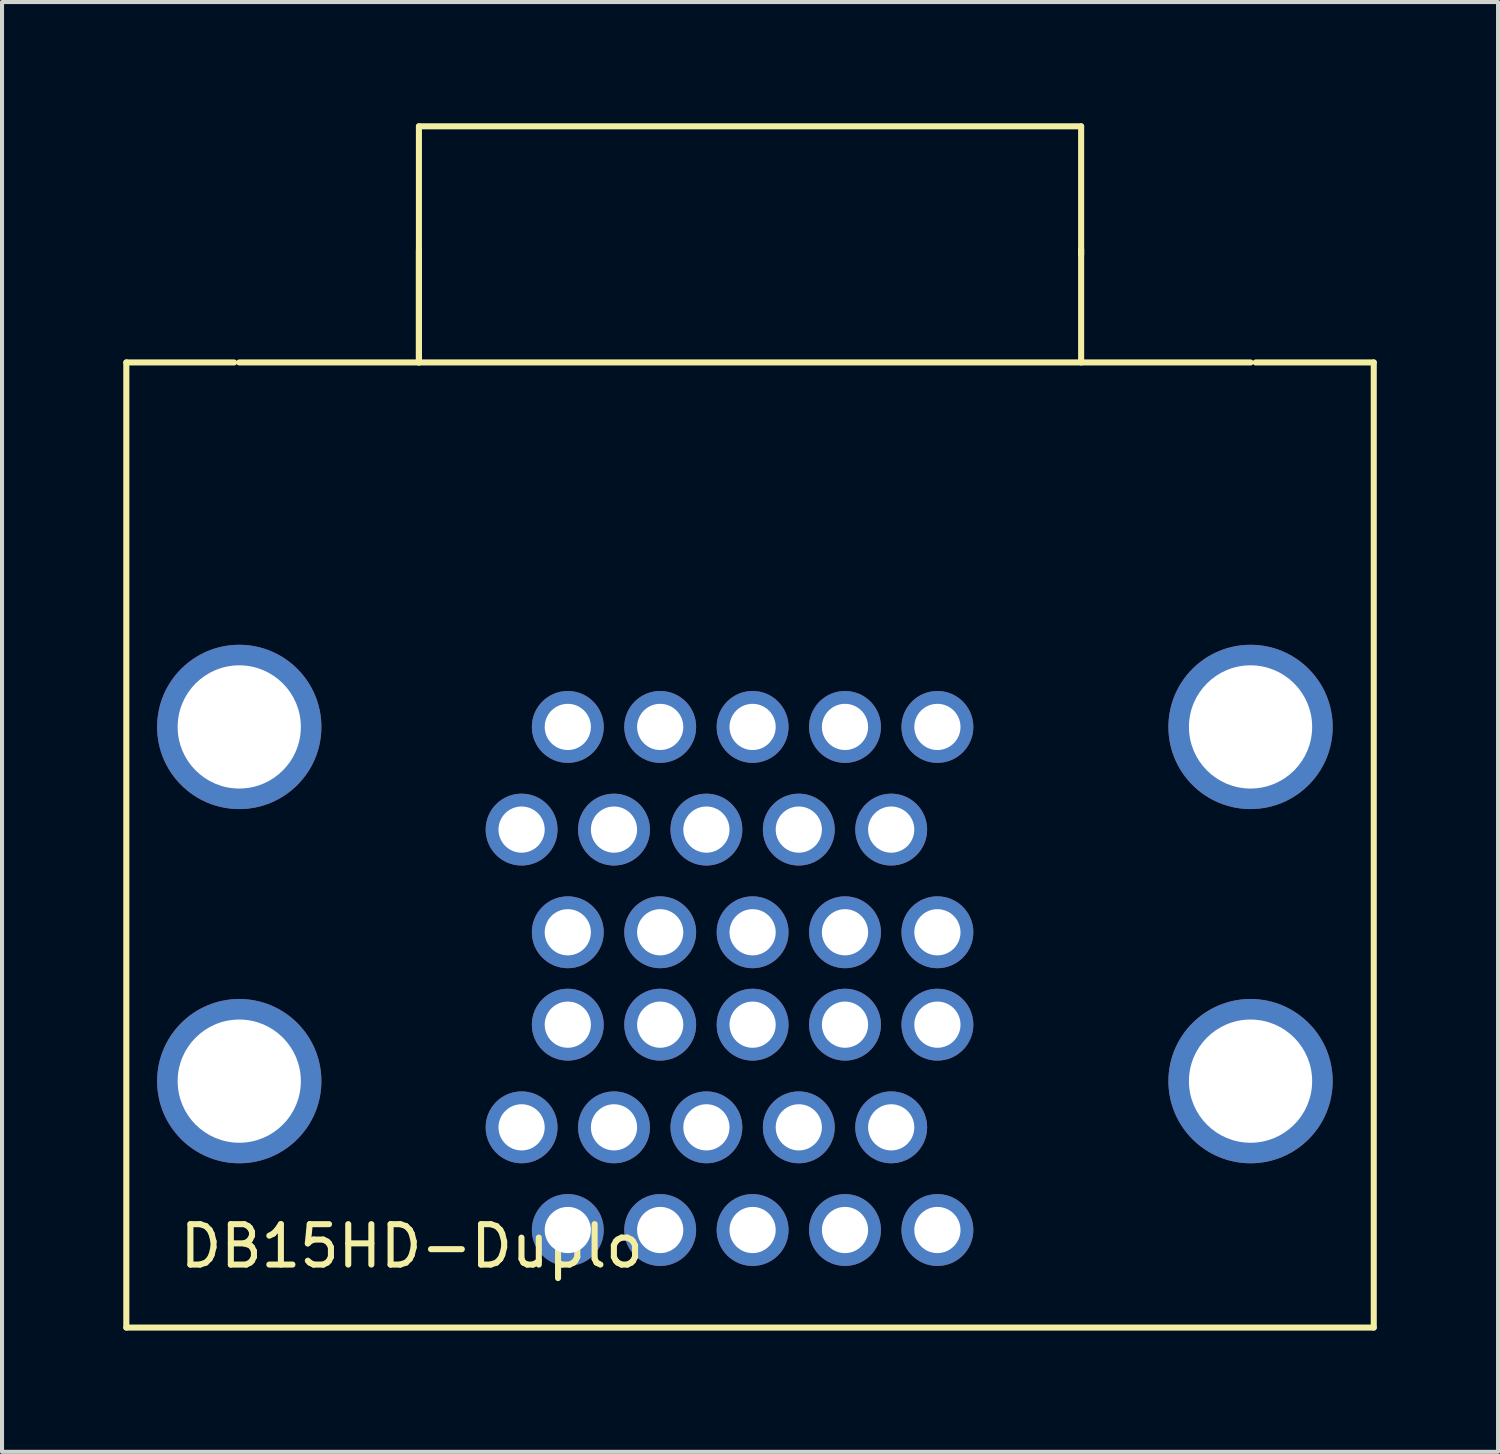
<source format=kicad_pcb>
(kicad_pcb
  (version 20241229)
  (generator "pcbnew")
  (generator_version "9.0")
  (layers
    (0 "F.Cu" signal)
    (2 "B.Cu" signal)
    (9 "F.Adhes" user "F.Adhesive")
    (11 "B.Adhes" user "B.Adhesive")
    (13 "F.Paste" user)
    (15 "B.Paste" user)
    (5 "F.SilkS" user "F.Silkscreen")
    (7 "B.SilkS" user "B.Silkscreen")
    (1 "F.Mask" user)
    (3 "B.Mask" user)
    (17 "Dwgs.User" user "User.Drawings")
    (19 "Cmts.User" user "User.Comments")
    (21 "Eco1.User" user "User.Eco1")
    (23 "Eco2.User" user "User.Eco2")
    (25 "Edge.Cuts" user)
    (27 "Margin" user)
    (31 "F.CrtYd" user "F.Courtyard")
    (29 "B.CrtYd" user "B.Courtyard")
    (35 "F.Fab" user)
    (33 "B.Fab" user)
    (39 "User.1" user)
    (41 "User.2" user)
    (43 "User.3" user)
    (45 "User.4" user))
  (footprint "DB15HD-Duplo"
    (layer "F.Cu")
    (at 10.997 27.38)
    (property "Reference" "DB15HD-Duplo" (at -3.86 0.4 0) (layer "F.SilkS") (effects (font (size 1 1) (thickness 0.15))))
    (attr through_hole)
    (fp_line (start -10.922 -21.463) (end -8.255 -21.463) (stroke (width 0.15) (type solid)) (layer "F.SilkS"))
    (fp_line (start -10.922 2.413) (end -10.922 -21.463) (stroke (width 0.15) (type solid)) (layer "F.SilkS"))
    (fp_line (start -8.128 -21.463) (end 16.891 -21.463) (stroke (width 0.15) (type solid)) (layer "F.SilkS"))
    (fp_line (start -3.683 -27.305) (end 12.7 -27.305) (stroke (width 0.15) (type solid)) (layer "F.SilkS"))
    (fp_line (start -3.683 -21.463) (end -3.683 -27.305) (stroke (width 0.15) (type solid)) (layer "F.SilkS"))
    (fp_line (start -3.683 -21.463) (end -3.683 -24.257) (stroke (width 0.15) (type solid)) (layer "F.SilkS"))
    (fp_line (start 12.7 -27.305) (end 12.7 -24.13) (stroke (width 0.15) (type solid)) (layer "F.SilkS"))
    (fp_line (start 12.7 -21.463) (end 12.7 -24.257) (stroke (width 0.15) (type solid)) (layer "F.SilkS"))
    (fp_line (start 17.018 -21.463) (end 19.939 -21.463) (stroke (width 0.15) (type solid)) (layer "F.SilkS"))
    (fp_line (start 19.939 -21.463) (end 19.939 2.413) (stroke (width 0.15) (type solid)) (layer "F.SilkS"))
    (fp_line (start 19.939 2.413) (end -10.922 2.413) (stroke (width 0.15) (type solid)) (layer "F.SilkS"))
    (pad "1" thru_hole circle (at 0 0) (size 1.778 1.778) (drill 1.143) (layers "*.Cu" "*.Mask"))
    (pad "2" thru_hole circle (at 2.286 0) (size 1.778 1.778) (drill 1.143) (layers "*.Cu" "*.Mask"))
    (pad "3" thru_hole circle (at 4.572 0) (size 1.778 1.778) (drill 1.143) (layers "*.Cu" "*.Mask"))
    (pad "4" thru_hole circle (at 6.858 0) (size 1.778 1.778) (drill 1.143) (layers "*.Cu" "*.Mask"))
    (pad "5" thru_hole circle (at 9.144 0) (size 1.778 1.778) (drill 1.143) (layers "*.Cu" "*.Mask"))
    (pad "6" thru_hole circle (at -1.143 -2.54) (size 1.778 1.778) (drill 1.143) (layers "*.Cu" "*.Mask"))
    (pad "7" thru_hole circle (at 1.143 -2.54) (size 1.778 1.778) (drill 1.143) (layers "*.Cu" "*.Mask"))
    (pad "8" thru_hole circle (at 3.429 -2.54) (size 1.778 1.778) (drill 1.143) (layers "*.Cu" "*.Mask"))
    (pad "9" thru_hole circle (at 5.715 -2.54) (size 1.778 1.778) (drill 1.143) (layers "*.Cu" "*.Mask"))
    (pad "10" thru_hole circle (at 8.001 -2.54) (size 1.778 1.778) (drill 1.143) (layers "*.Cu" "*.Mask"))
    (pad "11" thru_hole circle (at 0 -5.08) (size 1.778 1.778) (drill 1.143) (layers "*.Cu" "*.Mask"))
    (pad "12" thru_hole circle (at 2.286 -5.08) (size 1.778 1.778) (drill 1.143) (layers "*.Cu" "*.Mask"))
    (pad "13" thru_hole circle (at 4.572 -5.08) (size 1.778 1.778) (drill 1.143) (layers "*.Cu" "*.Mask"))
    (pad "14" thru_hole circle (at 6.858 -5.08) (size 1.778 1.778) (drill 1.143) (layers "*.Cu" "*.Mask"))
    (pad "15" thru_hole circle (at 9.144 -5.08) (size 1.778 1.778) (drill 1.143) (layers "*.Cu" "*.Mask"))
    (pad "16" thru_hole circle (at 0 -7.366) (size 1.778 1.778) (drill 1.143) (layers "*.Cu" "*.Mask"))
    (pad "17" thru_hole circle (at 2.286 -7.366) (size 1.778 1.778) (drill 1.143) (layers "*.Cu" "*.Mask"))
    (pad "18" thru_hole circle (at 4.572 -7.366) (size 1.778 1.778) (drill 1.143) (layers "*.Cu" "*.Mask"))
    (pad "19" thru_hole circle (at 6.858 -7.366) (size 1.778 1.778) (drill 1.143) (layers "*.Cu" "*.Mask"))
    (pad "20" thru_hole circle (at 9.144 -7.366) (size 1.778 1.778) (drill 1.143) (layers "*.Cu" "*.Mask"))
    (pad "21" thru_hole circle (at -1.143 -9.906) (size 1.778 1.778) (drill 1.143) (layers "*.Cu" "*.Mask"))
    (pad "22" thru_hole circle (at 1.143 -9.906) (size 1.778 1.778) (drill 1.143) (layers "*.Cu" "*.Mask"))
    (pad "23" thru_hole circle (at 3.429 -9.906) (size 1.778 1.778) (drill 1.143) (layers "*.Cu" "*.Mask"))
    (pad "24" thru_hole circle (at 5.715 -9.906) (size 1.778 1.778) (drill 1.143) (layers "*.Cu" "*.Mask"))
    (pad "25" thru_hole circle (at 8.001 -9.906) (size 1.778 1.778) (drill 1.143) (layers "*.Cu" "*.Mask"))
    (pad "26" thru_hole circle (at 0 -12.446) (size 1.778 1.778) (drill 1.143) (layers "*.Cu" "*.Mask"))
    (pad "27" thru_hole circle (at 2.286 -12.446) (size 1.778 1.778) (drill 1.143) (layers "*.Cu" "*.Mask"))
    (pad "28" thru_hole circle (at 4.572 -12.446) (size 1.778 1.778) (drill 1.143) (layers "*.Cu" "*.Mask"))
    (pad "29" thru_hole circle (at 6.858 -12.446) (size 1.778 1.778) (drill 1.143) (layers "*.Cu" "*.Mask"))
    (pad "30" thru_hole circle (at 9.144 -12.446) (size 1.778 1.778) (drill 1.143) (layers "*.Cu" "*.Mask"))
    (pad "31" thru_hole circle (at -8.128 -12.446) (size 4.064 4.064) (drill 3.048) (layers "*.Cu" "*.Mask"))
    (pad "32" thru_hole circle (at -8.128 -3.683) (size 4.064 4.064) (drill 3.048) (layers "*.Cu" "*.Mask"))
    (pad "33" thru_hole circle (at 16.891 -12.446) (size 4.064 4.064) (drill 3.048) (layers "*.Cu" "*.Mask"))
    (pad "34" thru_hole circle (at 16.891 -3.683) (size 4.064 4.064) (drill 3.048) (layers "*.Cu" "*.Mask")))
  (gr_rect
    (start -3 -3)
    (end 34.011 32.868)
    (stroke (width 0.1) (type default))
    (fill no)
    (layer "Edge.Cuts")))
</source>
